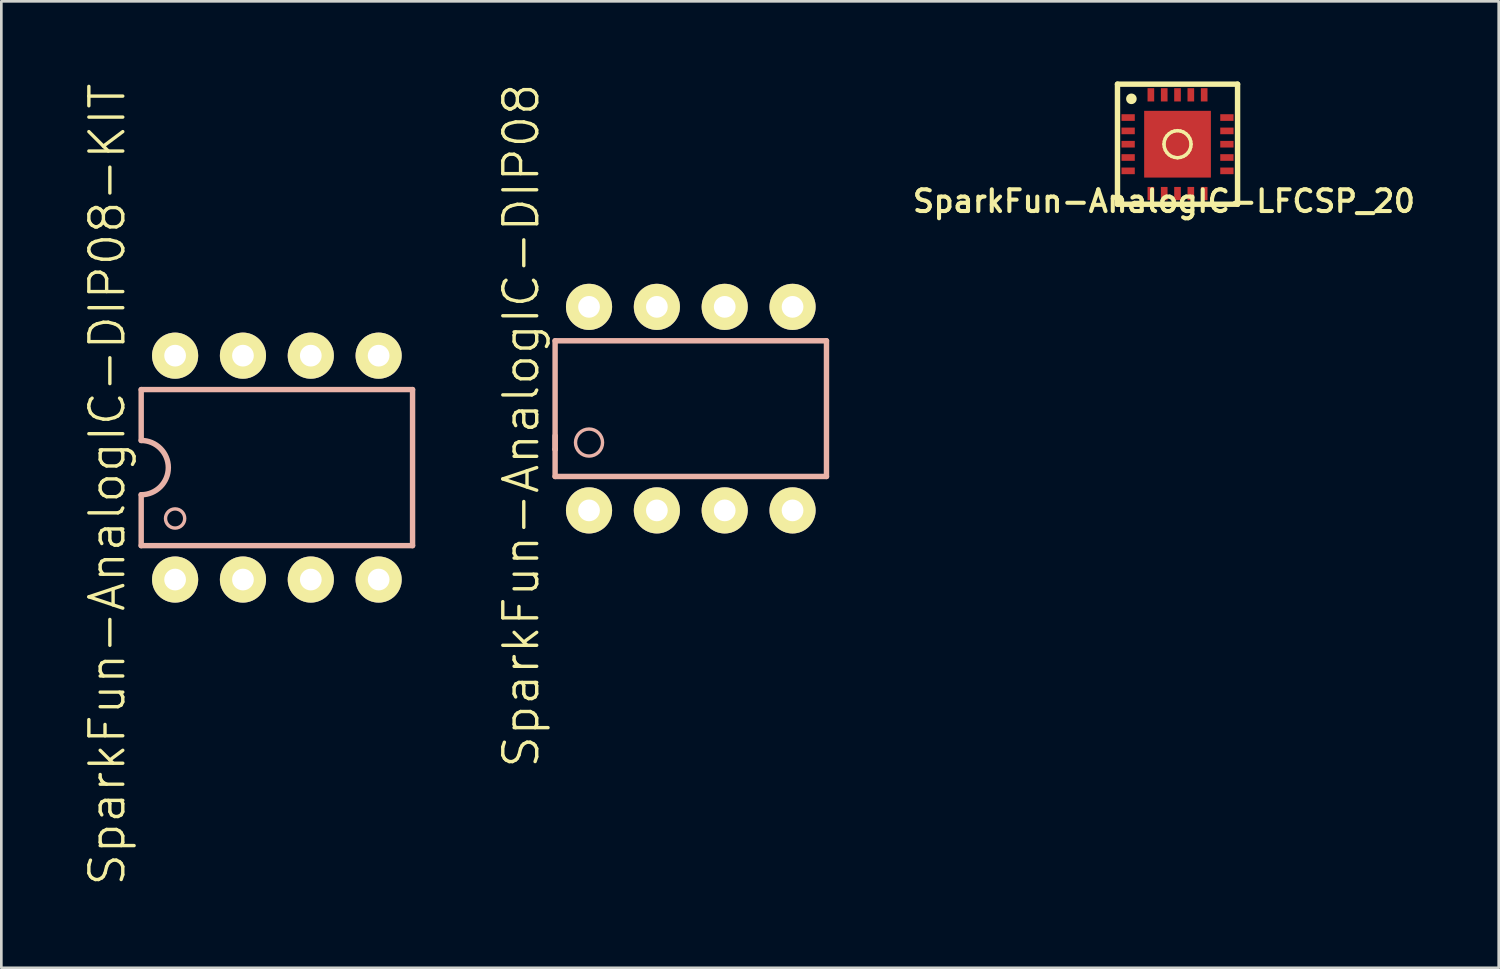
<source format=kicad_pcb>
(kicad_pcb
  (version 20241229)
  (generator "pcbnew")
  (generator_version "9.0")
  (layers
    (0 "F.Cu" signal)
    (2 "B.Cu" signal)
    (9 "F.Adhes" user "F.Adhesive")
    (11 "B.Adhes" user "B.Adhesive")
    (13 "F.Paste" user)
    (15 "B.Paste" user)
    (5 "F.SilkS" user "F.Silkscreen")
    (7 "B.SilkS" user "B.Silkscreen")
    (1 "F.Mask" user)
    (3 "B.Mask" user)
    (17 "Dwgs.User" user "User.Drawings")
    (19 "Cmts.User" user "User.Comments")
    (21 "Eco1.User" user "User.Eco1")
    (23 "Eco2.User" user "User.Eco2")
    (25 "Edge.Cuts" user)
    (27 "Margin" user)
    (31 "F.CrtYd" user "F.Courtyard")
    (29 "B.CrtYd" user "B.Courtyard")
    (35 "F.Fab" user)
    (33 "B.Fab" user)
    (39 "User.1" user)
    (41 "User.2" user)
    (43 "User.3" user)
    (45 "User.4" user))
  (footprint "SparkFun-AnalogIC-DIP08-KIT"
    (layer "F.Cu")
    (at 7.316 14.457)
    (property "Reference" "SparkFun-AnalogIC-DIP08-KIT" (at -6.35 0.635 90) (layer "F.SilkS") (effects (font (size 1.27 1.27) (thickness 0.127))))
    (attr exclude_from_pos_files exclude_from_bom)
    (fp_circle (center -3.81 -4.191) (end -4.305 -4.686) (stroke (width 0) (type solid)) (fill yes) (layer "F.SilkS"))
    (fp_circle (center -3.81 -4.191) (end -4.013 -4.394) (stroke (width 0) (type solid)) (fill yes) (layer "F.SilkS"))
    (fp_circle (center -3.81 4.191) (end -4.305 4.686) (stroke (width 0) (type solid)) (fill yes) (layer "F.SilkS"))
    (fp_circle (center -3.81 4.191) (end -4.013 4.394) (stroke (width 0) (type solid)) (fill yes) (layer "F.SilkS"))
    (fp_circle (center -1.27 -4.191) (end -1.765 -4.686) (stroke (width 0) (type solid)) (fill yes) (layer "F.SilkS"))
    (fp_circle (center -1.27 -4.191) (end -1.473 -4.394) (stroke (width 0) (type solid)) (fill yes) (layer "F.SilkS"))
    (fp_circle (center -1.27 4.191) (end -1.765 4.686) (stroke (width 0) (type solid)) (fill yes) (layer "F.SilkS"))
    (fp_circle (center -1.27 4.191) (end -1.473 4.394) (stroke (width 0) (type solid)) (fill yes) (layer "F.SilkS"))
    (fp_circle (center 1.27 -4.191) (end 1.473 -4.394) (stroke (width 0) (type solid)) (fill yes) (layer "F.SilkS"))
    (fp_circle (center 1.27 -4.191) (end 1.765 -4.686) (stroke (width 0) (type solid)) (fill yes) (layer "F.SilkS"))
    (fp_circle (center 1.27 4.191) (end 1.473 4.394) (stroke (width 0) (type solid)) (fill yes) (layer "F.SilkS"))
    (fp_circle (center 1.27 4.191) (end 1.765 4.686) (stroke (width 0) (type solid)) (fill yes) (layer "F.SilkS"))
    (fp_circle (center 3.81 -4.191) (end 4.013 -4.394) (stroke (width 0) (type solid)) (fill yes) (layer "F.SilkS"))
    (fp_circle (center 3.81 -4.191) (end 4.305 -4.686) (stroke (width 0) (type solid)) (fill yes) (layer "F.SilkS"))
    (fp_circle (center 3.81 4.191) (end 4.013 4.394) (stroke (width 0) (type solid)) (fill yes) (layer "F.SilkS"))
    (fp_circle (center 3.81 4.191) (end 4.305 4.686) (stroke (width 0) (type solid)) (fill yes) (layer "F.SilkS"))
    (fp_line (start -5.08 -2.921) (end -5.08 -1.016) (stroke (width 0.203) (type solid)) (layer "B.SilkS"))
    (fp_line (start -5.08 -2.921) (end 5.08 -2.921) (stroke (width 0.203) (type solid)) (layer "B.SilkS"))
    (fp_line (start -5.08 2.921) (end -5.08 1.016) (stroke (width 0.203) (type solid)) (layer "B.SilkS"))
    (fp_line (start -5.08 2.921) (end 5.08 2.921) (stroke (width 0.203) (type solid)) (layer "B.SilkS"))
    (fp_line (start 5.08 -2.921) (end 5.08 2.921) (stroke (width 0.203) (type solid)) (layer "B.SilkS"))
    (fp_arc (start -5.08 -1.016) (mid -4.064 0) (end -5.08 1.016) (stroke (width 0.2032) (type solid)) (layer "B.SilkS"))
    (fp_circle (center -3.81 1.905) (end -4.064 2.159) (stroke (width 0.127) (type solid)) (fill no) (layer "B.SilkS"))
    (pad "1" thru_hole circle (at -3.81 4.191) (size 1.727 1.727) (drill 0.813) (layers "*.Cu" "F.Mask" "F.SilkS" "F.Paste"))
    (pad "2" thru_hole circle (at -1.27 4.191) (size 1.727 1.727) (drill 0.813) (layers "*.Cu" "F.Mask" "F.SilkS" "F.Paste"))
    (pad "3" thru_hole circle (at 1.27 4.191) (size 1.727 1.727) (drill 0.813) (layers "*.Cu" "F.Mask" "F.SilkS" "F.Paste"))
    (pad "4" thru_hole circle (at 3.81 4.191) (size 1.727 1.727) (drill 0.813) (layers "*.Cu" "F.Mask" "F.SilkS" "F.Paste"))
    (pad "5" thru_hole circle (at 3.81 -4.191) (size 1.727 1.727) (drill 0.813) (layers "*.Cu" "F.Mask" "F.SilkS" "F.Paste"))
    (pad "6" thru_hole circle (at 1.27 -4.191) (size 1.727 1.727) (drill 0.813) (layers "*.Cu" "F.Mask" "F.SilkS" "F.Paste"))
    (pad "7" thru_hole circle (at -1.27 -4.191) (size 1.727 1.727) (drill 0.813) (layers "*.Cu" "F.Mask" "F.SilkS" "F.Paste"))
    (pad "8" thru_hole circle (at -3.81 -4.191) (size 1.727 1.727) (drill 0.813) (layers "*.Cu" "F.Mask" "F.SilkS" "F.Paste")))
  (footprint "SparkFun-AnalogIC-LFCSP_20"
    (layer "F.Cu")
    (at 41.036 2.349)
    (property "Reference" "SparkFun-AnalogIC-LFCSP_20" (at -0.508 2.134 0) (layer "F.SilkS") (effects (font (size 0.813 0.813) (thickness 0.152))))
    (attr smd)
    (fp_line (start -2.248 -2.248) (end -2.248 2.248) (stroke (width 0.203) (type solid)) (layer "F.SilkS"))
    (fp_line (start -2.248 2.248) (end 2.248 2.248) (stroke (width 0.203) (type solid)) (layer "F.SilkS"))
    (fp_line (start -0.508 0) (end -0.493 -0.112) (stroke (width 0.127) (type solid)) (layer "F.SilkS"))
    (fp_line (start -0.493 -0.112) (end -0.457 -0.218) (stroke (width 0.127) (type solid)) (layer "F.SilkS"))
    (fp_line (start -0.493 0.112) (end -0.508 0) (stroke (width 0.127) (type solid)) (layer "F.SilkS"))
    (fp_line (start -0.457 -0.218) (end -0.396 -0.315) (stroke (width 0.127) (type solid)) (layer "F.SilkS"))
    (fp_line (start -0.457 0.218) (end -0.493 0.112) (stroke (width 0.127) (type solid)) (layer "F.SilkS"))
    (fp_line (start -0.396 -0.315) (end -0.315 -0.396) (stroke (width 0.127) (type solid)) (layer "F.SilkS"))
    (fp_line (start -0.396 0.315) (end -0.457 0.218) (stroke (width 0.127) (type solid)) (layer "F.SilkS"))
    (fp_line (start -0.315 -0.396) (end -0.218 -0.457) (stroke (width 0.127) (type solid)) (layer "F.SilkS"))
    (fp_line (start -0.315 0.396) (end -0.396 0.315) (stroke (width 0.127) (type solid)) (layer "F.SilkS"))
    (fp_line (start -0.218 -0.457) (end -0.112 -0.493) (stroke (width 0.127) (type solid)) (layer "F.SilkS"))
    (fp_line (start -0.218 0.457) (end -0.315 0.396) (stroke (width 0.127) (type solid)) (layer "F.SilkS"))
    (fp_line (start -0.112 -0.493) (end 0 -0.508) (stroke (width 0.127) (type solid)) (layer "F.SilkS"))
    (fp_line (start -0.112 0.493) (end -0.218 0.457) (stroke (width 0.127) (type solid)) (layer "F.SilkS"))
    (fp_line (start 0 -0.508) (end 0.112 -0.493) (stroke (width 0.127) (type solid)) (layer "F.SilkS"))
    (fp_line (start 0 0.508) (end -0.112 0.493) (stroke (width 0.127) (type solid)) (layer "F.SilkS"))
    (fp_line (start 0.112 -0.493) (end 0.218 -0.457) (stroke (width 0.127) (type solid)) (layer "F.SilkS"))
    (fp_line (start 0.112 0.493) (end 0 0.508) (stroke (width 0.127) (type solid)) (layer "F.SilkS"))
    (fp_line (start 0.218 -0.457) (end 0.315 -0.396) (stroke (width 0.127) (type solid)) (layer "F.SilkS"))
    (fp_line (start 0.218 0.457) (end 0.112 0.493) (stroke (width 0.127) (type solid)) (layer "F.SilkS"))
    (fp_line (start 0.315 -0.396) (end 0.396 -0.315) (stroke (width 0.127) (type solid)) (layer "F.SilkS"))
    (fp_line (start 0.315 0.396) (end 0.218 0.457) (stroke (width 0.127) (type solid)) (layer "F.SilkS"))
    (fp_line (start 0.396 -0.315) (end 0.457 -0.218) (stroke (width 0.127) (type solid)) (layer "F.SilkS"))
    (fp_line (start 0.396 0.315) (end 0.315 0.396) (stroke (width 0.127) (type solid)) (layer "F.SilkS"))
    (fp_line (start 0.457 -0.218) (end 0.493 -0.112) (stroke (width 0.127) (type solid)) (layer "F.SilkS"))
    (fp_line (start 0.457 0.218) (end 0.396 0.315) (stroke (width 0.127) (type solid)) (layer "F.SilkS"))
    (fp_line (start 0.493 -0.112) (end 0.508 0) (stroke (width 0.127) (type solid)) (layer "F.SilkS"))
    (fp_line (start 0.493 0.112) (end 0.457 0.218) (stroke (width 0.127) (type solid)) (layer "F.SilkS"))
    (fp_line (start 0.508 0) (end 0.493 0.112) (stroke (width 0.127) (type solid)) (layer "F.SilkS"))
    (fp_line (start 2.248 -2.248) (end -2.248 -2.248) (stroke (width 0.203) (type solid)) (layer "F.SilkS"))
    (fp_line (start 2.248 2.248) (end 2.248 -2.248) (stroke (width 0.203) (type solid)) (layer "F.SilkS"))
    (fp_circle (center -1.727 -1.699) (end -1.867 -1.839) (stroke (width 0) (type solid)) (fill yes) (layer "F.SilkS"))
    (pad "1" smd rect (at -1.849 -0.998 270) (size 0.249 0.498) (layers "F.Cu" "F.Mask" "F.Paste"))
    (pad "2" smd rect (at -1.849 -0.498 270) (size 0.249 0.498) (layers "F.Cu" "F.Mask" "F.Paste"))
    (pad "3" smd rect (at -1.849 0 270) (size 0.249 0.498) (layers "F.Cu" "F.Mask" "F.Paste"))
    (pad "4" smd rect (at -1.849 0.498 270) (size 0.249 0.498) (layers "F.Cu" "F.Mask" "F.Paste"))
    (pad "5" smd rect (at -1.849 0.998 270) (size 0.249 0.498) (layers "F.Cu" "F.Mask" "F.Paste"))
    (pad "6" smd rect (at -0.998 1.849) (size 0.249 0.498) (layers "F.Cu" "F.Mask" "F.Paste"))
    (pad "7" smd rect (at -0.498 1.849) (size 0.249 0.498) (layers "F.Cu" "F.Mask" "F.Paste"))
    (pad "8" smd rect (at 0 1.849) (size 0.249 0.498) (layers "F.Cu" "F.Mask" "F.Paste"))
    (pad "9" smd rect (at 0.498 1.849) (size 0.249 0.498) (layers "F.Cu" "F.Mask" "F.Paste"))
    (pad "10" smd rect (at 0.998 1.849) (size 0.249 0.498) (layers "F.Cu" "F.Mask" "F.Paste"))
    (pad "11" smd rect (at 1.849 0.998 90) (size 0.249 0.498) (layers "F.Cu" "F.Mask" "F.Paste"))
    (pad "12" smd rect (at 1.849 0.498 90) (size 0.249 0.498) (layers "F.Cu" "F.Mask" "F.Paste"))
    (pad "13" smd rect (at 1.849 0 90) (size 0.249 0.498) (layers "F.Cu" "F.Mask" "F.Paste"))
    (pad "14" smd rect (at 1.849 -0.498 90) (size 0.249 0.498) (layers "F.Cu" "F.Mask" "F.Paste"))
    (pad "15" smd rect (at 1.849 -0.998 90) (size 0.249 0.498) (layers "F.Cu" "F.Mask" "F.Paste"))
    (pad "16" smd rect (at 0.998 -1.849 180) (size 0.249 0.498) (layers "F.Cu" "F.Mask" "F.Paste"))
    (pad "17" smd rect (at 0.498 -1.849 180) (size 0.249 0.498) (layers "F.Cu" "F.Mask" "F.Paste"))
    (pad "18" smd rect (at 0 -1.849 180) (size 0.249 0.498) (layers "F.Cu" "F.Mask" "F.Paste"))
    (pad "19" smd rect (at -0.498 -1.849 180) (size 0.249 0.498) (layers "F.Cu" "F.Mask" "F.Paste"))
    (pad "20" smd rect (at -0.998 -1.849 180) (size 0.249 0.498) (layers "F.Cu" "F.Mask" "F.Paste"))
    (pad "PAD" smd rect (at 0 0) (size 2.499 2.499) (layers "F.Cu" "F.Mask" "F.Paste")))
  (footprint "SparkFun-AnalogIC-DIP08"
    (layer "F.Cu")
    (at 22.813 12.249)
    (property "Reference" "SparkFun-AnalogIC-DIP08" (at -6.35 0.635 90) (layer "F.SilkS") (effects (font (size 1.27 1.27) (thickness 0.127))))
    (attr exclude_from_pos_files exclude_from_bom)
    (fp_line (start -5.08 -2.54) (end -5.08 1.524) (stroke (width 0.203) (type solid)) (layer "B.SilkS"))
    (fp_line (start -5.08 -2.54) (end 5.08 -2.54) (stroke (width 0.203) (type solid)) (layer "B.SilkS"))
    (fp_line (start -5.08 1.524) (end -5.08 1.016) (stroke (width 0.203) (type solid)) (layer "B.SilkS"))
    (fp_line (start -5.08 2.54) (end -5.08 1.524) (stroke (width 0.203) (type solid)) (layer "B.SilkS"))
    (fp_line (start -5.08 2.54) (end 5.08 2.54) (stroke (width 0.203) (type solid)) (layer "B.SilkS"))
    (fp_line (start 5.08 -2.54) (end 5.08 2.54) (stroke (width 0.203) (type solid)) (layer "B.SilkS"))
    (fp_circle (center -3.81 1.27) (end -4.168 1.628) (stroke (width 0.127) (type solid)) (fill no) (layer "B.SilkS"))
    (pad "1" thru_hole circle (at -3.81 3.81) (size 1.727 1.727) (drill 0.813) (layers "*.Cu" "F.Mask" "F.SilkS" "F.Paste"))
    (pad "2" thru_hole circle (at -1.27 3.81) (size 1.727 1.727) (drill 0.813) (layers "*.Cu" "F.Mask" "F.SilkS" "F.Paste"))
    (pad "3" thru_hole circle (at 1.27 3.81) (size 1.727 1.727) (drill 0.813) (layers "*.Cu" "F.Mask" "F.SilkS" "F.Paste"))
    (pad "4" thru_hole circle (at 3.81 3.81) (size 1.727 1.727) (drill 0.813) (layers "*.Cu" "F.Mask" "F.SilkS" "F.Paste"))
    (pad "5" thru_hole circle (at 3.81 -3.81) (size 1.727 1.727) (drill 0.813) (layers "*.Cu" "F.Mask" "F.SilkS" "F.Paste"))
    (pad "6" thru_hole circle (at 1.27 -3.81) (size 1.727 1.727) (drill 0.813) (layers "*.Cu" "F.Mask" "F.SilkS" "F.Paste"))
    (pad "7" thru_hole circle (at -1.27 -3.81) (size 1.727 1.727) (drill 0.813) (layers "*.Cu" "F.Mask" "F.SilkS" "F.Paste"))
    (pad "8" thru_hole circle (at -3.81 -3.81) (size 1.727 1.727) (drill 0.813) (layers "*.Cu" "F.Mask" "F.SilkS" "F.Paste")))
  (gr_rect
    (start -3 -3)
    (end 53.061 33.184)
    (stroke (width 0.1) (type default))
    (fill no)
    (layer "Edge.Cuts")))
</source>
